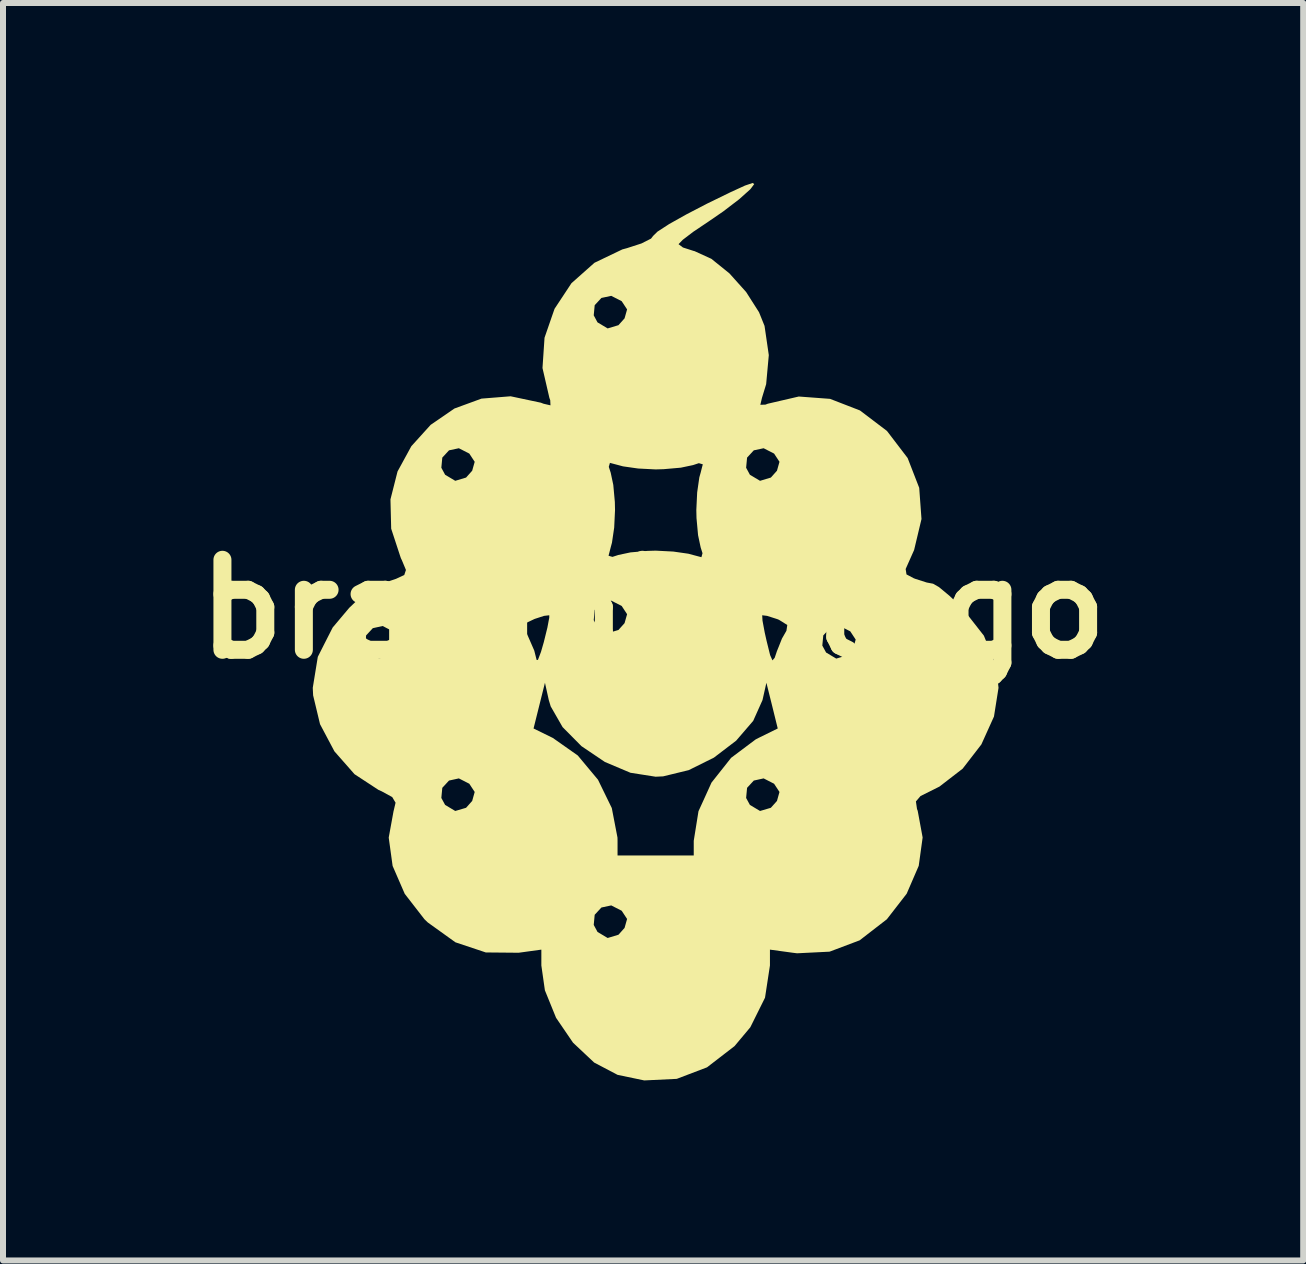
<source format=kicad_pcb>
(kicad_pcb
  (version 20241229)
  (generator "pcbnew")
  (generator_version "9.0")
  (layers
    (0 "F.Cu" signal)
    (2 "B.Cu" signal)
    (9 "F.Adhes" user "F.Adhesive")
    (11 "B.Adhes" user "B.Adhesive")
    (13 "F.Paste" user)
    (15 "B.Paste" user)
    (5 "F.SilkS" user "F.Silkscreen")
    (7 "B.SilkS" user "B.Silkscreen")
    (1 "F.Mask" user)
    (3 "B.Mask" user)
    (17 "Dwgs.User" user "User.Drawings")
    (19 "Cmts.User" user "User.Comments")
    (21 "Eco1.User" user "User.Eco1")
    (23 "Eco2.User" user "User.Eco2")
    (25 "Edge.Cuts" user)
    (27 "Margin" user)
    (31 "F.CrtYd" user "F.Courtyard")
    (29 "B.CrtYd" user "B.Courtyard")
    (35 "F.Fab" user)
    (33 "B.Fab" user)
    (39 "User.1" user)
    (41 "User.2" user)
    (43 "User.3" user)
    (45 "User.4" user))
  (footprint "bramble logo"
    (layer "F.Cu")
    (at 7.836 7.102)
    (property "Reference" "bramble logo" (at 0 0 0) (layer "F.SilkS") (effects (font (size 1.5 1.5) (thickness 0.3))))
    (attr board_only exclude_from_pos_files exclude_from_bom)
    (fp_poly (pts (xy 1.685 -7.084) (xy 1.629 -7.009) (xy 1.615 -6.993) (xy 1.434 -6.831) (xy 1.17 -6.629) (xy 0.917 -6.455) (xy 0.671 -6.29) (xy 0.495 -6.156) (xy 0.424 -6.083) (xy 0.424 -6.082) (xy 0.497 -6.027) (xy 0.674 -5.97) (xy 0.691 -5.966) (xy 0.971 -5.838) (xy 1.271 -5.596) (xy 1.55 -5.285) (xy 1.765 -4.948) (xy 1.857 -4.72) (xy 1.928 -4.233) (xy 1.884 -3.749) (xy 1.814 -3.52) (xy 1.787 -3.405) (xy 1.873 -3.408) (xy 1.911 -3.423) (xy 2.428 -3.543) (xy 2.949 -3.504) (xy 3.447 -3.311) (xy 3.895 -2.971) (xy 3.899 -2.967) (xy 4.242 -2.518) (xy 4.435 -2.021) (xy 4.473 -1.501) (xy 4.35 -0.985) (xy 4.289 -0.848) (xy 4.209 -0.668) (xy 4.223 -0.578) (xy 4.344 -0.514) (xy 4.37 -0.504) (xy 4.56 -0.443) (xy 4.666 -0.423) (xy 4.764 -0.367) (xy 4.94 -0.221) (xy 5.15 -0.021) (xy 5.513 0.443) (xy 5.715 0.941) (xy 5.757 1.312) (xy 5.681 1.791) (xy 5.471 2.256) (xy 5.159 2.66) (xy 4.773 2.958) (xy 4.662 3.014) (xy 4.457 3.116) (xy 4.38 3.206) (xy 4.398 3.331) (xy 4.41 3.363) (xy 4.492 3.807) (xy 4.427 4.279) (xy 4.226 4.744) (xy 3.898 5.167) (xy 3.897 5.169) (xy 3.442 5.521) (xy 2.941 5.71) (xy 2.399 5.737) (xy 2.327 5.728) (xy 1.947 5.676) (xy 1.947 5.94) (xy 1.865 6.477) (xy 1.62 6.97) (xy 1.357 7.284) (xy 0.898 7.638) (xy 0.394 7.83) (xy -0.148 7.856) (xy -0.593 7.763) (xy -0.983 7.558) (xy -1.335 7.227) (xy -1.618 6.812) (xy -1.804 6.354) (xy -1.863 5.94) (xy -1.863 5.676) (xy -2.242 5.728) (xy -2.789 5.723) (xy -3.295 5.554) (xy -3.699 5.264) (xy -0.99 5.264) (xy -0.927 5.381) (xy -0.758 5.482) (xy -0.578 5.428) (xy -0.476 5.314) (xy -0.434 5.165) (xy -0.524 5.028) (xy -0.698 4.939) (xy -0.862 4.974) (xy -0.974 5.095) (xy -0.99 5.264) (xy -3.699 5.264) (xy -3.756 5.223) (xy -3.812 5.169) (xy -4.14 4.746) (xy -4.342 4.281) (xy -4.407 3.809) (xy -4.326 3.365) (xy -4.325 3.363) (xy -4.293 3.227) (xy -4.34 3.148) (xy -3.53 3.148) (xy -3.467 3.264) (xy -3.298 3.365) (xy -3.118 3.312) (xy -3.016 3.198) (xy -2.974 3.048) (xy -3.064 2.911) (xy -3.238 2.822) (xy -3.402 2.858) (xy -3.514 2.979) (xy -3.53 3.148) (xy -4.34 3.148) (xy -4.349 3.133) (xy -4.525 3.037) (xy -4.577 3.014) (xy -4.977 2.752) (xy -5.312 2.371) (xy -5.514 1.99) (xy -1.993 1.99) (xy -1.671 2.148) (xy -1.256 2.44) (xy -0.919 2.844) (xy -0.689 3.316) (xy -0.594 3.809) (xy -0.593 3.862) (xy -0.593 4.106) (xy 0.042 4.106) (xy 0.677 4.106) (xy 0.677 3.862) (xy 0.756 3.369) (xy 0.857 3.148) (xy 1.55 3.148) (xy 1.613 3.264) (xy 1.782 3.365) (xy 1.962 3.312) (xy 2.064 3.198) (xy 2.106 3.048) (xy 2.016 2.911) (xy 1.842 2.822) (xy 1.678 2.858) (xy 1.566 2.979) (xy 1.55 3.148) (xy 0.857 3.148) (xy 0.973 2.892) (xy 1.3 2.479) (xy 1.708 2.173) (xy 1.756 2.148) (xy 2.077 1.99) (xy 1.983 1.609) (xy 1.888 1.228) (xy 1.823 1.517) (xy 1.668 1.863) (xy 1.384 2.193) (xy 1.013 2.476) (xy 0.594 2.684) (xy 0.167 2.788) (xy 0.042 2.794) (xy -0.378 2.728) (xy -0.804 2.548) (xy -1.194 2.285) (xy -1.509 1.967) (xy -1.707 1.622) (xy -1.739 1.517) (xy -1.803 1.228) (xy -1.898 1.609) (xy -1.993 1.99) (xy -5.514 1.99) (xy -5.552 1.918) (xy -5.667 1.438) (xy -5.673 1.312) (xy -5.589 0.796) (xy -5.494 0.608) (xy -4.8 0.608) (xy -4.737 0.724) (xy -4.568 0.825) (xy -4.388 0.772) (xy -4.286 0.658) (xy -4.244 0.508) (xy -4.334 0.371) (xy -4.429 0.323) (xy -2.144 0.323) (xy -2.072 0.483) (xy -1.981 0.692) (xy -1.942 0.847) (xy -1.92 0.847) (xy -1.869 0.713) (xy -1.822 0.55) (xy -1.762 0.307) (xy -1.739 0.184) (xy -0.99 0.184) (xy -0.927 0.301) (xy -0.758 0.402) (xy -0.578 0.348) (xy -0.476 0.234) (xy -0.439 0.103) (xy 1.818 0.103) (xy 1.823 0.192) (xy 1.86 0.391) (xy 1.892 0.533) (xy 1.95 0.767) (xy 1.989 0.855) (xy 2.026 0.812) (xy 2.063 0.702) (xy 2.101 0.608) (xy 2.82 0.608) (xy 2.883 0.724) (xy 3.052 0.825) (xy 3.232 0.772) (xy 3.334 0.658) (xy 3.376 0.508) (xy 3.286 0.371) (xy 3.112 0.282) (xy 2.948 0.318) (xy 2.836 0.439) (xy 2.82 0.608) (xy 2.101 0.608) (xy 2.147 0.492) (xy 2.222 0.361) (xy 2.236 0.265) (xy 2.098 0.179) (xy 2.072 0.168) (xy 1.9 0.113) (xy 1.818 0.103) (xy -0.439 0.103) (xy -0.434 0.085) (xy -0.524 -0.052) (xy -0.698 -0.141) (xy -0.862 -0.106) (xy -0.974 0.015) (xy -0.99 0.184) (xy -1.739 0.184) (xy -1.731 0.143) (xy -1.731 0.103) (xy -1.818 0.113) (xy -1.975 0.164) (xy -2.121 0.233) (xy -2.144 0.323) (xy -4.429 0.323) (xy -4.508 0.282) (xy -4.672 0.318) (xy -4.784 0.439) (xy -4.8 0.608) (xy -5.494 0.608) (xy -5.341 0.307) (xy -5.065 -0.021) (xy -4.85 -0.225) (xy -4.676 -0.37) (xy -4.582 -0.423) (xy -4.445 -0.451) (xy -4.286 -0.504) (xy -4.148 -0.568) (xy -4.12 -0.652) (xy -4.188 -0.815) (xy -4.204 -0.848) (xy -4.218 -0.889) (xy -0.743 -0.889) (xy -0.678 -0.87) (xy -0.58 -0.902) (xy -0.377 -0.945) (xy -0.092 -0.97) (xy 0.042 -0.974) (xy 0.335 -0.959) (xy 0.587 -0.923) (xy 0.665 -0.902) (xy 0.805 -0.865) (xy 0.823 -0.931) (xy 0.792 -1.029) (xy 0.749 -1.232) (xy 0.723 -1.517) (xy 0.72 -1.651) (xy 0.734 -1.944) (xy 0.77 -2.195) (xy 0.792 -2.273) (xy 0.813 -2.356) (xy 1.55 -2.356) (xy 1.613 -2.239) (xy 1.782 -2.138) (xy 1.962 -2.192) (xy 2.064 -2.306) (xy 2.106 -2.455) (xy 2.016 -2.592) (xy 1.842 -2.681) (xy 1.678 -2.646) (xy 1.566 -2.525) (xy 1.55 -2.356) (xy 0.813 -2.356) (xy 0.828 -2.413) (xy 0.762 -2.432) (xy 0.665 -2.4) (xy 0.461 -2.357) (xy 0.176 -2.332) (xy 0.042 -2.328) (xy -0.25 -2.343) (xy -0.502 -2.379) (xy -0.58 -2.4) (xy -0.72 -2.437) (xy -0.739 -2.371) (xy -0.707 -2.273) (xy -0.664 -2.07) (xy -0.638 -1.785) (xy -0.635 -1.651) (xy -0.649 -1.358) (xy -0.686 -1.107) (xy -0.707 -1.029) (xy -0.743 -0.889) (xy -4.218 -0.889) (xy -4.366 -1.34) (xy -4.378 -1.829) (xy -4.26 -2.294) (xy -4.226 -2.356) (xy -3.53 -2.356) (xy -3.467 -2.239) (xy -3.298 -2.138) (xy -3.118 -2.192) (xy -3.016 -2.306) (xy -2.974 -2.455) (xy -3.064 -2.592) (xy -3.238 -2.681) (xy -3.402 -2.646) (xy -3.514 -2.525) (xy -3.53 -2.356) (xy -4.226 -2.356) (xy -4.03 -2.715) (xy -3.708 -3.071) (xy -3.312 -3.343) (xy -2.861 -3.508) (xy -2.375 -3.547) (xy -1.871 -3.44) (xy -1.827 -3.423) (xy -1.711 -3.396) (xy -1.715 -3.482) (xy -1.729 -3.52) (xy -1.844 -4.018) (xy -1.81 -4.523) (xy -1.681 -4.896) (xy -0.99 -4.896) (xy -0.927 -4.779) (xy -0.758 -4.678) (xy -0.578 -4.732) (xy -0.476 -4.846) (xy -0.434 -4.995) (xy -0.524 -5.132) (xy -0.698 -5.221) (xy -0.862 -5.186) (xy -0.974 -5.065) (xy -0.99 -4.896) (xy -1.681 -4.896) (xy -1.643 -5.005) (xy -1.361 -5.432) (xy -0.978 -5.772) (xy -0.513 -5.995) (xy -0.439 -6.015) (xy -0.195 -6.094) (xy -0.035 -6.175) (xy -0.000001 -6.22) (xy 0.072 -6.291) (xy 0.266 -6.417) (xy 0.555 -6.579) (xy 0.907 -6.762) (xy 0.91 -6.763) (xy 1.287 -6.947) (xy 1.531 -7.059) (xy 1.658 -7.102)) (stroke (width 0) (type solid)) (fill yes) (layer "F.SilkS")))
  (gr_rect
    (start -3 -3)
    (end 18.671 17.959)
    (stroke (width 0.1) (type default))
    (fill no)
    (layer "Edge.Cuts")))
</source>
